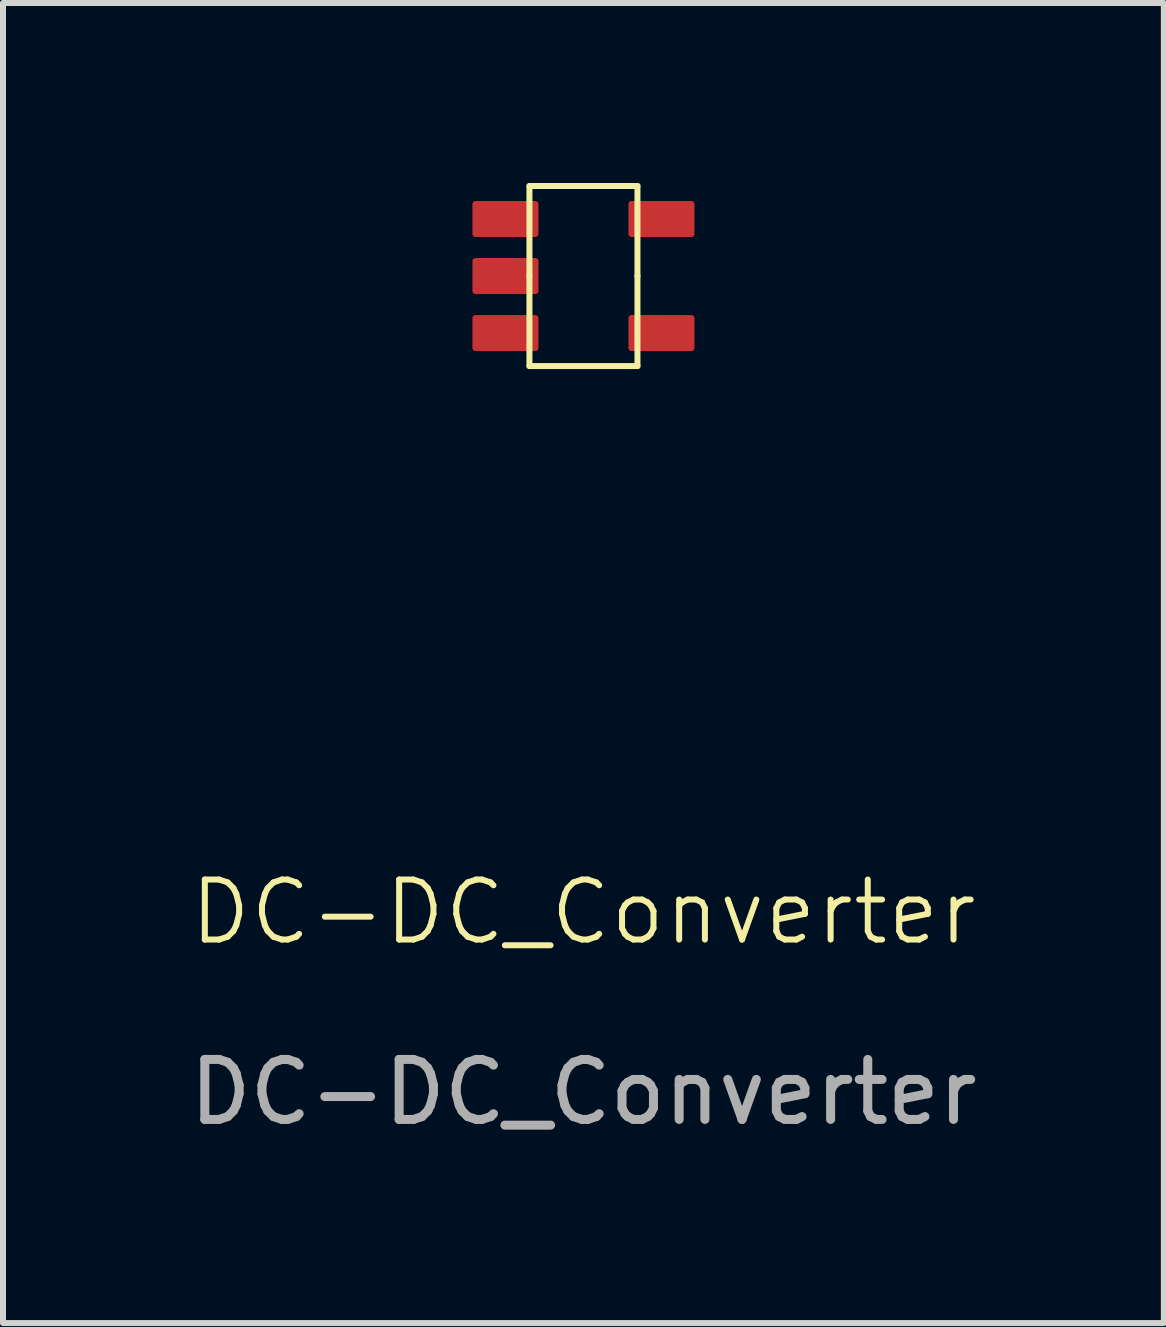
<source format=kicad_pcb>
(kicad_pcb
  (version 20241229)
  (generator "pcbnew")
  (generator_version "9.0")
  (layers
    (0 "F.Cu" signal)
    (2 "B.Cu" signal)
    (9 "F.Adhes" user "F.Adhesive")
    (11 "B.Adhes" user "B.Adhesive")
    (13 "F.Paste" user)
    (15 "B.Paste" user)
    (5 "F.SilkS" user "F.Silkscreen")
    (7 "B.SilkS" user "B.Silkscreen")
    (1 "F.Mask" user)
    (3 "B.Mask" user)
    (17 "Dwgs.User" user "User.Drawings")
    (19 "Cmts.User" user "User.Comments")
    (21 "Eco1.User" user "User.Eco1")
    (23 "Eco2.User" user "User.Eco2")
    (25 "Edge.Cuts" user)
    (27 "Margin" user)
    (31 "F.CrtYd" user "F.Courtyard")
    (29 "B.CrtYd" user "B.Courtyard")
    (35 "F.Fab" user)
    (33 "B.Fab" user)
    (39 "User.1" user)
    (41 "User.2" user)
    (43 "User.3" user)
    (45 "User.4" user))
  (footprint "DC-DC_Converter"
    (layer "F.Cu")
    (at 6.673 1.55)
    (property "Reference" "DC-DC_Converter" (at 0 10.6 0) (unlocked yes) (layer "F.SilkS") (effects (font (size 1 1) (thickness 0.1))))
    (attr smd)
    (fp_line (start -0.9 -1.5) (end -0.9 0) (stroke (width 0.1) (type default)) (layer "F.SilkS"))
    (fp_line (start -0.9 -1.5) (end 0.9 -1.5) (stroke (width 0.1) (type default)) (layer "F.SilkS"))
    (fp_line (start -0.9 0) (end -0.9 1.5) (stroke (width 0.1) (type default)) (layer "F.SilkS"))
    (fp_line (start -0.9 1.5) (end 0.9 1.5) (stroke (width 0.1) (type default)) (layer "F.SilkS"))
    (fp_line (start 0.9 0) (end 0.9 -1.5) (stroke (width 0.1) (type default)) (layer "F.SilkS"))
    (fp_line (start 0.9 1.5) (end 0.9 0) (stroke (width 0.1) (type default)) (layer "F.SilkS"))
    (fp_text user "${REFERENCE}" (at 0 13.6 0) (unlocked yes) (layer "F.Fab") (effects (font (size 1 1) (thickness 0.15))))
    (pad "1" smd roundrect (at -1.3 -0.95) (size 1.1 0.6) (layers "F.Cu" "F.Mask" "F.Paste") (roundrect_rratio 0.083))
    (pad "2" smd roundrect (at -1.3 0) (size 1.1 0.6) (layers "F.Cu" "F.Mask" "F.Paste") (roundrect_rratio 0.083))
    (pad "3" smd roundrect (at -1.3 0.95) (size 1.1 0.6) (layers "F.Cu" "F.Mask" "F.Paste") (roundrect_rratio 0.083))
    (pad "4" smd roundrect (at 1.3 0.95) (size 1.1 0.6) (layers "F.Cu" "F.Mask" "F.Paste") (roundrect_rratio 0.083))
    (pad "5" smd roundrect (at 1.3 -0.95) (size 1.1 0.6) (layers "F.Cu" "F.Mask" "F.Paste") (roundrect_rratio 0.083)))
  (gr_rect
    (start -3 -3)
    (end 16.345 18.998)
    (stroke (width 0.1) (type default))
    (fill no)
    (layer "Edge.Cuts")))
</source>
